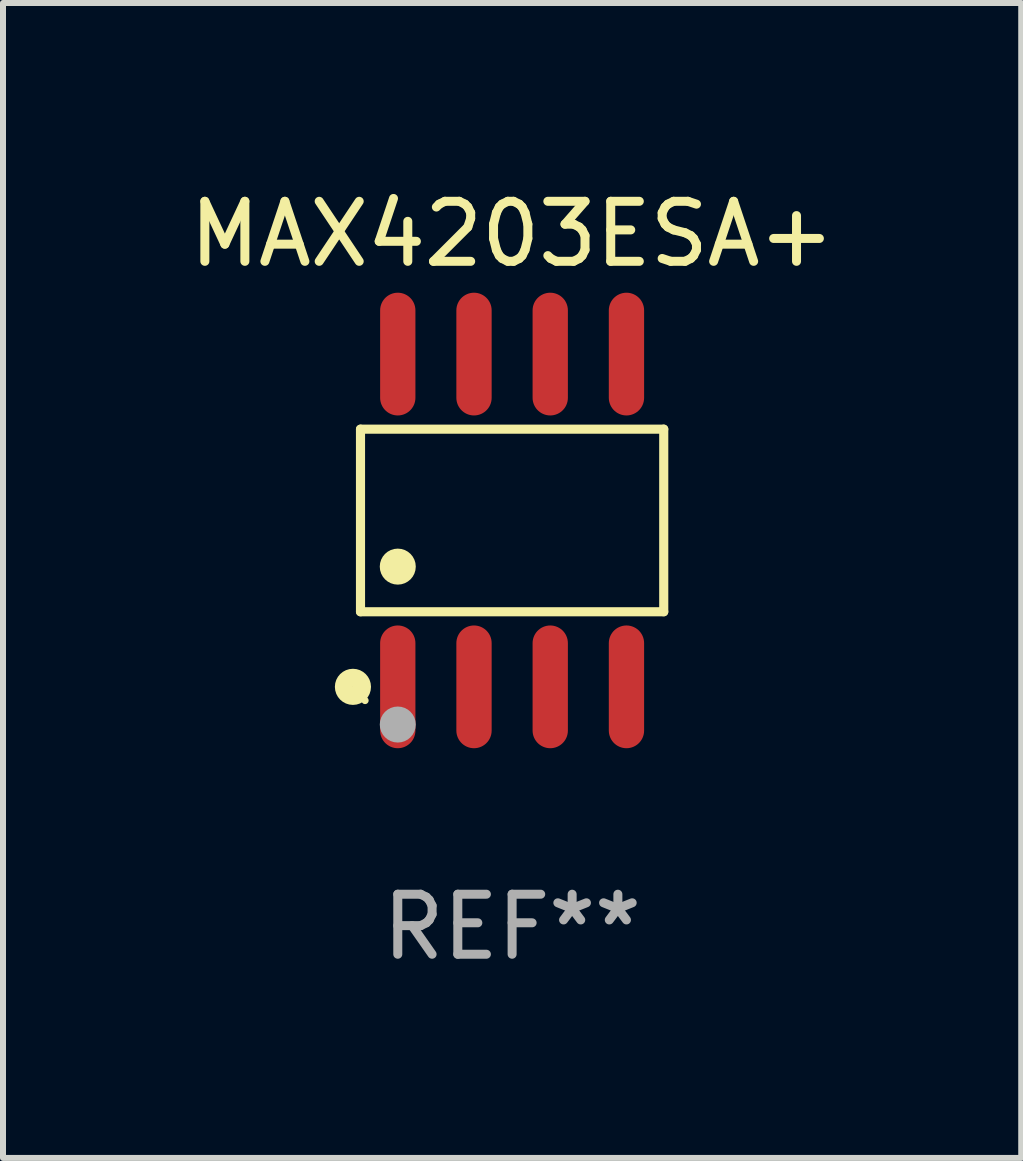
<source format=kicad_pcb>
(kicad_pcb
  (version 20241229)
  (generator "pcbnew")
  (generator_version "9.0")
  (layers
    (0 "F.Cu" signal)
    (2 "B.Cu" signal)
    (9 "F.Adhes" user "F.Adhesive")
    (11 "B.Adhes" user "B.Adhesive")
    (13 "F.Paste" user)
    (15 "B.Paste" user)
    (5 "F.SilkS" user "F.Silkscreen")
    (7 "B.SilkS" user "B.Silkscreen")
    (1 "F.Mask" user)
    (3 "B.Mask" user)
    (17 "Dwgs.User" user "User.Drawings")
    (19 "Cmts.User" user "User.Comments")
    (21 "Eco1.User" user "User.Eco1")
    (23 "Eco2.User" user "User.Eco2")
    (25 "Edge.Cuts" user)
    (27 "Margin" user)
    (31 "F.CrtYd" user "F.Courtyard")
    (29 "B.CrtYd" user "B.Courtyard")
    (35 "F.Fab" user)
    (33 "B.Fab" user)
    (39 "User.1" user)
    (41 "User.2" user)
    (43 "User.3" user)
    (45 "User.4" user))
  (footprint "MAX4203ESA+"
    (layer "F.Cu")
    (at 5.482 5.621)
    (property "Reference" "MAX4203ESA+" (at 0 -4.772 0) (layer "F.SilkS") (effects (font (size 1 1) (thickness 0.15))))
    (attr through_hole)
    (fp_line (start -2.526 -1.521) (end 2.526 -1.521) (stroke (width 0.152) (type solid)) (layer "F.SilkS"))
    (fp_line (start -2.526 1.521) (end -2.526 -1.521) (stroke (width 0.152) (type solid)) (layer "F.SilkS"))
    (fp_line (start 2.526 -1.521) (end 2.526 1.521) (stroke (width 0.152) (type solid)) (layer "F.SilkS"))
    (fp_line (start 2.526 1.521) (end -2.526 1.521) (stroke (width 0.152) (type solid)) (layer "F.SilkS"))
    (fp_circle (center -2.652 2.772) (end -2.501 2.772) (stroke (width 0.3) (type solid)) (fill no) (layer "F.SilkS"))
    (fp_circle (center -2.45 3) (end -2.42 3) (stroke (width 0.06) (type solid)) (fill no) (layer "F.SilkS"))
    (fp_circle (center -1.905 0.769) (end -1.755 0.769) (stroke (width 0.3) (type solid)) (fill no) (layer "F.SilkS"))
    (fp_circle (center -1.905 3.4) (end -1.755 3.4) (stroke (width 0.3) (type solid)) (fill no) (layer "F.Fab"))
    (fp_text user "REF**" (at 0 6.772 0) (layer "F.Fab") (effects (font (size 1 1) (thickness 0.15))))
    (pad "1" smd oval (at -1.905 2.772) (size 0.588 2.045) (layers "F.Cu" "F.Mask" "F.Paste"))
    (pad "2" smd oval (at -0.635 2.772) (size 0.588 2.045) (layers "F.Cu" "F.Mask" "F.Paste"))
    (pad "3" smd oval (at 0.635 2.772) (size 0.588 2.045) (layers "F.Cu" "F.Mask" "F.Paste"))
    (pad "4" smd oval (at 1.905 2.772) (size 0.588 2.045) (layers "F.Cu" "F.Mask" "F.Paste"))
    (pad "5" smd oval (at 1.905 -2.772) (size 0.588 2.045) (layers "F.Cu" "F.Mask" "F.Paste"))
    (pad "6" smd oval (at 0.635 -2.772) (size 0.588 2.045) (layers "F.Cu" "F.Mask" "F.Paste"))
    (pad "7" smd oval (at -0.635 -2.772) (size 0.588 2.045) (layers "F.Cu" "F.Mask" "F.Paste"))
    (pad "8" smd oval (at -1.905 -2.772) (size 0.588 2.045) (layers "F.Cu" "F.Mask" "F.Paste")))
  (gr_rect
    (start -3 -3)
    (end 13.964 16.241)
    (stroke (width 0.1) (type default))
    (fill no)
    (layer "Edge.Cuts")))
</source>
